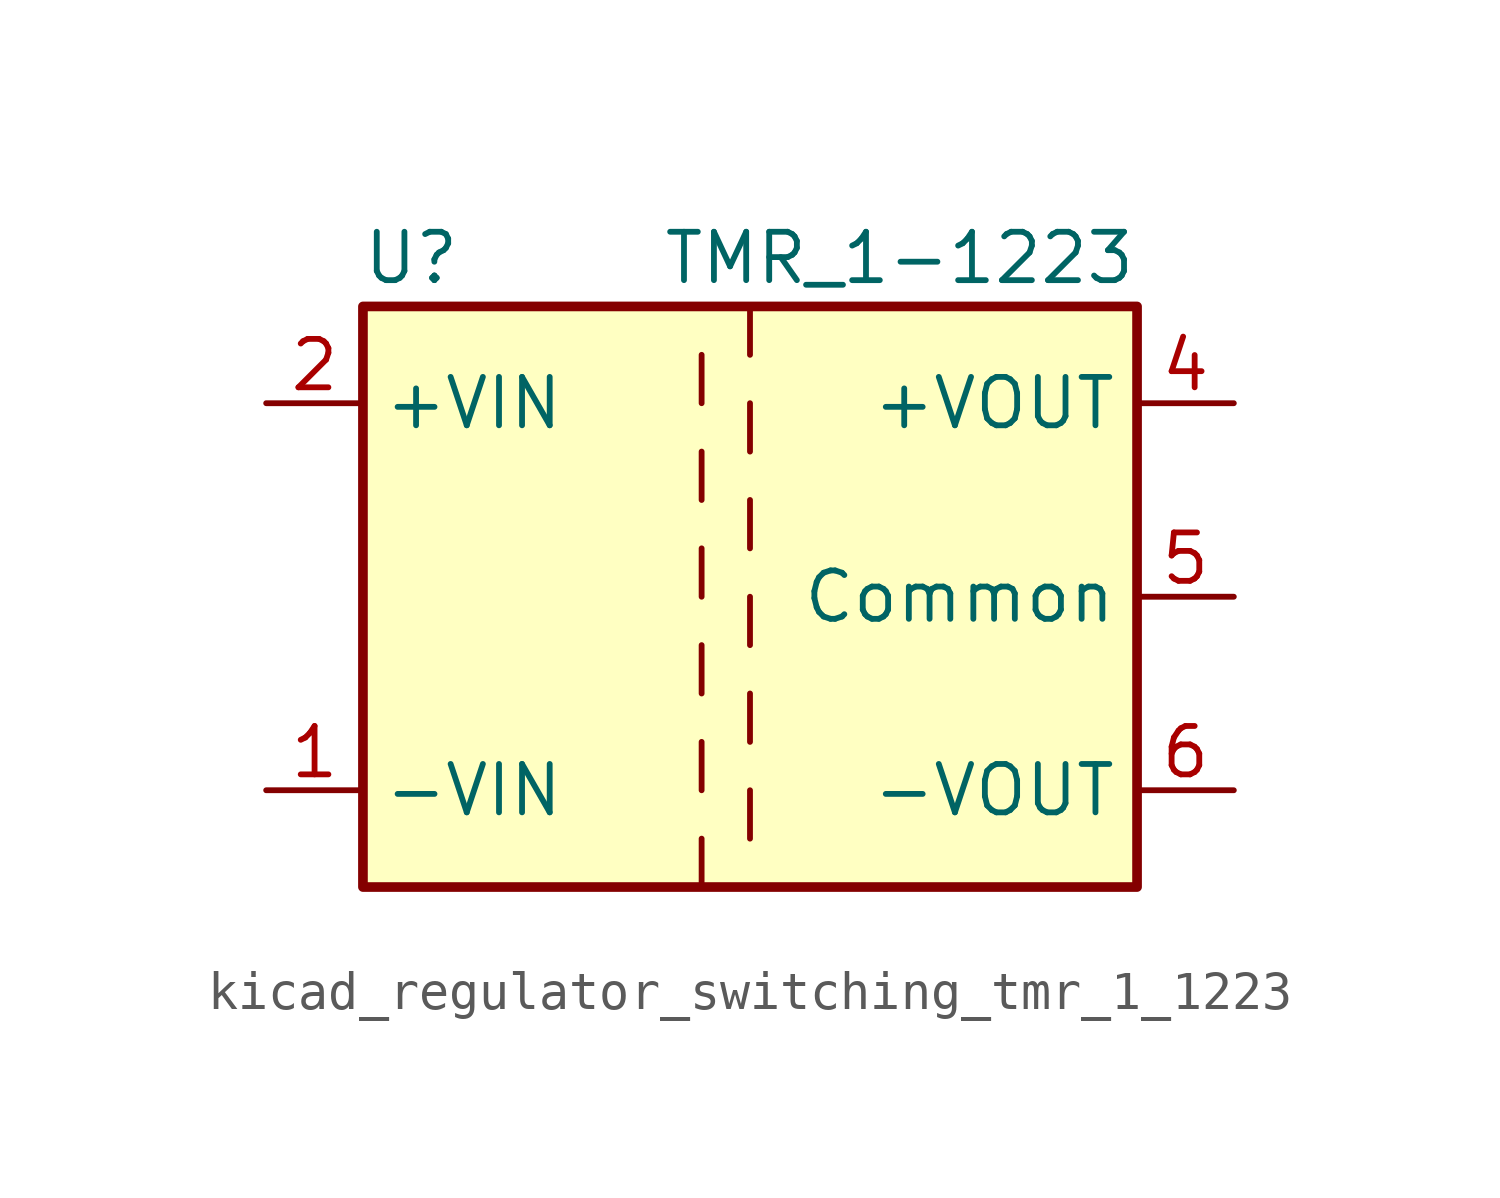
<source format=kicad_sym>
(kicad_symbol_lib
  (version 20220914)
  (generator kicad_symbol_editor)
  (symbol "kicad_regulator_switching_tmr_1_1223"
    (property "Reference" "U"
      (at -8.89 8.89 0)
      (effects (font (size 1.27 1.27))))
    (property "Value" "TMR_1-1223"
      (at 10.16 8.89 0)
      (effects (font (size 1.27 1.27)) (justify right)))
    (symbol "kicad_regulator_switching_tmr_1_1223_0_1"
      (rectangle (start -10.16 7.62) (end 10.16 -7.62) (stroke (width 0.254) (type default)) (fill (type background)))
      (polyline (pts (xy -1.27 -6.35) (xy -1.27 -7.62)) (stroke (width 0) (type default)) (fill (type none)))
      (polyline (pts (xy -1.27 -3.81) (xy -1.27 -5.08)) (stroke (width 0) (type default)) (fill (type none)))
      (polyline (pts (xy -1.27 -1.27) (xy -1.27 -2.54)) (stroke (width 0) (type default)) (fill (type none)))
      (polyline (pts (xy -1.27 1.27) (xy -1.27 0)) (stroke (width 0) (type default)) (fill (type none)))
      (polyline (pts (xy -1.27 3.81) (xy -1.27 2.54)) (stroke (width 0) (type default)) (fill (type none)))
      (polyline (pts (xy -1.27 6.35) (xy -1.27 5.08)) (stroke (width 0) (type default)) (fill (type none)))
      (polyline (pts (xy 0 -5.08) (xy 0 -6.35)) (stroke (width 0) (type default)) (fill (type none)))
      (polyline (pts (xy 0 -2.54) (xy 0 -3.81)) (stroke (width 0) (type default)) (fill (type none)))
      (polyline (pts (xy 0 0) (xy 0 -1.27)) (stroke (width 0) (type default)) (fill (type none)))
      (polyline (pts (xy 0 2.54) (xy 0 1.27)) (stroke (width 0) (type default)) (fill (type none)))
      (polyline (pts (xy 0 5.08) (xy 0 3.81)) (stroke (width 0) (type default)) (fill (type none)))
      (polyline (pts (xy 0 7.62) (xy 0 6.35)) (stroke (width 0) (type default)) (fill (type none))))
    (symbol "kicad_regulator_switching_tmr_1_1223_1_1"
      (pin power_in line (at -12.7 -5.08 0) (length 2.54) (name "-VIN" (effects (font (size 1.27 1.27)))) (number "1" (effects (font (size 1.27 1.27)))))
      (pin power_in line (at -12.7 5.08 0) (length 2.54) (name "+VIN" (effects (font (size 1.27 1.27)))) (number "2" (effects (font (size 1.27 1.27)))))
      (pin power_out line (at 12.7 5.08 180) (length 2.54) (name "+VOUT" (effects (font (size 1.27 1.27)))) (number "4" (effects (font (size 1.27 1.27)))))
      (pin power_out line (at 12.7 0 180) (length 2.54) (name "Common" (effects (font (size 1.27 1.27)))) (number "5" (effects (font (size 1.27 1.27)))))
      (pin power_out line (at 12.7 -5.08 180) (length 2.54) (name "-VOUT" (effects (font (size 1.27 1.27)))) (number "6" (effects (font (size 1.27 1.27))))))))
</source>
